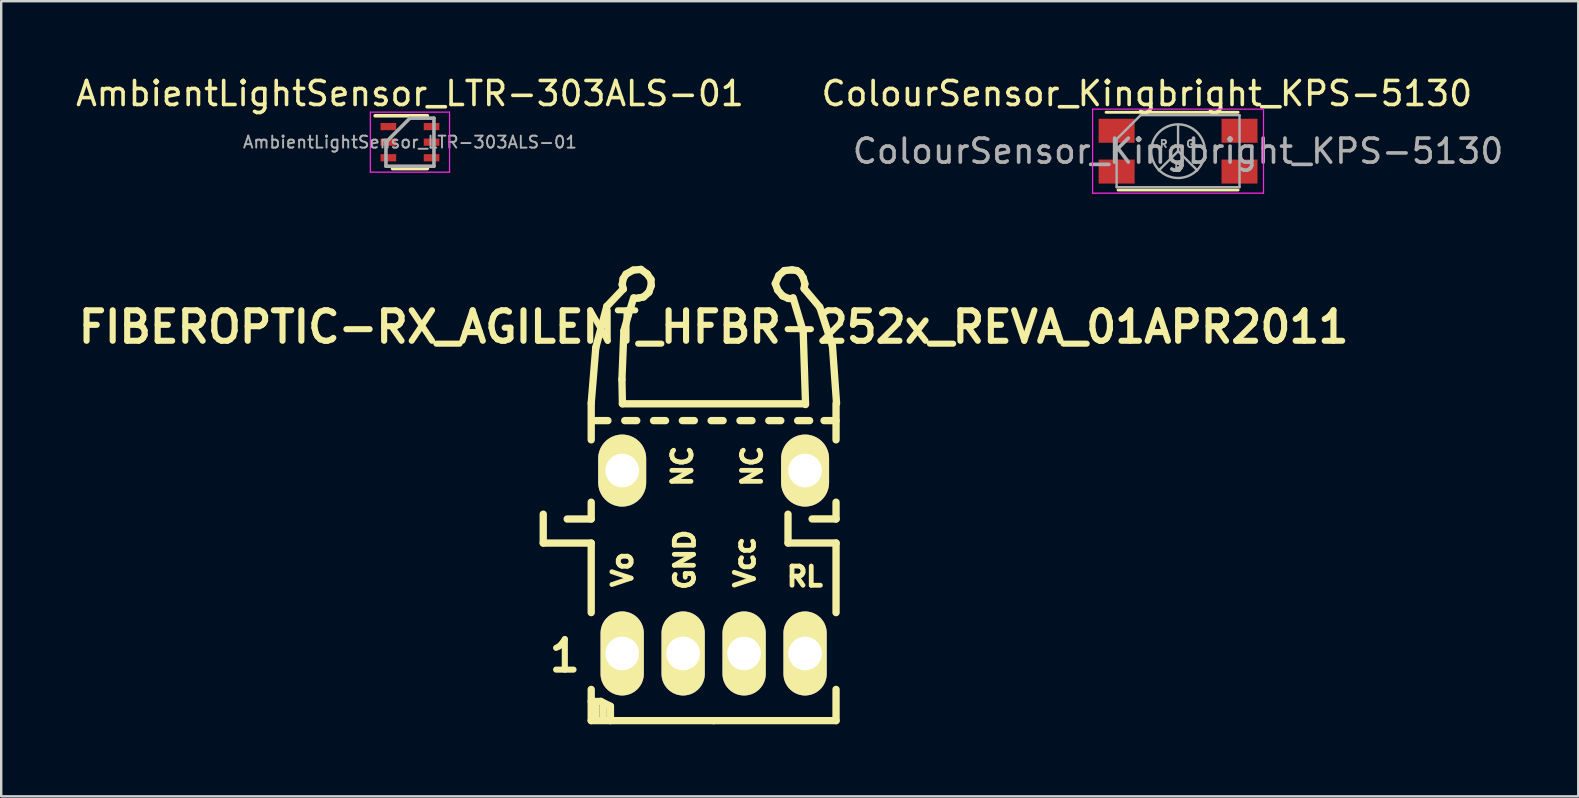
<source format=kicad_pcb>
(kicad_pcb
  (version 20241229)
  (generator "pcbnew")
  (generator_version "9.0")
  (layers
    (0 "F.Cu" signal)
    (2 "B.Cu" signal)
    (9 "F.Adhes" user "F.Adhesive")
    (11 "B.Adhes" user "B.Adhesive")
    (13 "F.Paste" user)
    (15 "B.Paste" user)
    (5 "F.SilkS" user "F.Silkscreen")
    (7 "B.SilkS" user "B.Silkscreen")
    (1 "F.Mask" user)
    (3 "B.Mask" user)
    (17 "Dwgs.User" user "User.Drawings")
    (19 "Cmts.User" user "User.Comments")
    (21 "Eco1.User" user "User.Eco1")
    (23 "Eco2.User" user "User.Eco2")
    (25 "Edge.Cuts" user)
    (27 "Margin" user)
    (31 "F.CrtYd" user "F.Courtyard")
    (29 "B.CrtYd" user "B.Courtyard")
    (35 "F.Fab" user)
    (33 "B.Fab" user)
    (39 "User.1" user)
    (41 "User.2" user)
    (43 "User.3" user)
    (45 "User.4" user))
  (footprint "AmbientLightSensor_LTR-303ALS-01"
    (layer "F.Cu")
    (at 14.03 2.873)
    (property "Reference" "AmbientLightSensor_LTR-303ALS-01" (at 0 -2.025 0) (layer "F.SilkS") (effects (font (size 1 1) (thickness 0.15))))
    (attr smd)
    (fp_line (start -1.45 -1.1) (end 0.725 -1.1) (stroke (width 0.15) (type solid)) (layer "F.SilkS"))
    (fp_line (start -0.725 1.1) (end 0.725 1.1) (stroke (width 0.15) (type solid)) (layer "F.SilkS"))
    (fp_line (start -1.65 -1.25) (end -1.65 1.25) (stroke (width 0.05) (type solid)) (layer "F.CrtYd"))
    (fp_line (start -1.65 1.25) (end 1.65 1.25) (stroke (width 0.05) (type solid)) (layer "F.CrtYd"))
    (fp_line (start 1.65 -1.25) (end -1.65 -1.25) (stroke (width 0.05) (type solid)) (layer "F.CrtYd"))
    (fp_line (start 1.65 1.25) (end 1.65 -1.25) (stroke (width 0.05) (type solid)) (layer "F.CrtYd"))
    (fp_line (start -1 0) (end 0 -1) (stroke (width 0.15) (type solid)) (layer "F.Fab"))
    (fp_line (start -1 1) (end -1 0) (stroke (width 0.15) (type solid)) (layer "F.Fab"))
    (fp_line (start 0 -1) (end 1 -1) (stroke (width 0.15) (type solid)) (layer "F.Fab"))
    (fp_line (start 1 -1) (end 1 1) (stroke (width 0.15) (type solid)) (layer "F.Fab"))
    (fp_line (start 1 1) (end -1 1) (stroke (width 0.15) (type solid)) (layer "F.Fab"))
    (fp_text user "${REFERENCE}" (at 0 0 0) (layer "F.Fab") (effects (font (size 0.5 0.5) (thickness 0.08))))
    (pad "1" smd rect (at -0.9 -0.65) (size 0.65 0.3) (layers "F.Cu" "F.Mask" "F.Paste"))
    (pad "2" smd rect (at -0.9 0) (size 0.65 0.3) (layers "F.Cu" "F.Mask" "F.Paste"))
    (pad "3" smd rect (at -0.9 0.65) (size 0.65 0.3) (layers "F.Cu" "F.Mask" "F.Paste"))
    (pad "4" smd rect (at 0.9 0.65) (size 0.65 0.3) (layers "F.Cu" "F.Mask" "F.Paste"))
    (pad "5" smd rect (at 0.9 0) (size 0.65 0.3) (layers "F.Cu" "F.Mask" "F.Paste"))
    (pad "6" smd rect (at 0.9 -0.65) (size 0.65 0.3) (layers "F.Cu" "F.Mask" "F.Paste")))
  (footprint "FIBEROPTIC-RX_AGILENT_HFBR-252x_REVA_01APR2011"
    (layer "F.Cu")
    (at 26.682 18.574)
    (property "Reference" "FIBEROPTIC-RX_AGILENT_HFBR-252x_REVA_01APR2011" (at 0 -8.001 0) (layer "F.SilkS") (effects (font (size 1.27 1.27) (thickness 0.254))))
    (attr through_hole)
    (fp_line (start -7.099 1.001) (end -7.099 -0.201) (stroke (width 0.305) (type solid)) (layer "F.SilkS"))
    (fp_line (start -6.101 0) (end -5.1 0) (stroke (width 0.305) (type solid)) (layer "F.SilkS"))
    (fp_line (start -5.1 -4.831) (end -4.91 -7.14) (stroke (width 0.305) (type solid)) (layer "F.SilkS"))
    (fp_line (start -5.1 -4.801) (end -5.1 -3.299) (stroke (width 0.305) (type solid)) (layer "F.SilkS"))
    (fp_line (start -5.1 0) (end -5.1 -0.701) (stroke (width 0.305) (type solid)) (layer "F.SilkS"))
    (fp_line (start -5.1 1.001) (end -7.099 1.001) (stroke (width 0.305) (type solid)) (layer "F.SilkS"))
    (fp_line (start -5.1 1.001) (end -5.1 3.899) (stroke (width 0.305) (type solid)) (layer "F.SilkS"))
    (fp_line (start -5.1 7.6) (end -4.699 7.6) (stroke (width 0.305) (type solid)) (layer "F.SilkS"))
    (fp_line (start -5.1 8.4) (end -5.1 7.099) (stroke (width 0.305) (type solid)) (layer "F.SilkS"))
    (fp_line (start -4.91 -7.14) (end -4.45 -8.86) (stroke (width 0.305) (type solid)) (layer "F.SilkS"))
    (fp_line (start -4.9 7.8) (end -4.9 8.301) (stroke (width 0.305) (type solid)) (layer "F.SilkS"))
    (fp_line (start -4.699 7.6) (end -4.3 7.8) (stroke (width 0.305) (type solid)) (layer "F.SilkS"))
    (fp_line (start -4.6 7.8) (end -4.6 8.199) (stroke (width 0.305) (type solid)) (layer "F.SilkS"))
    (fp_line (start -4.45 -8.86) (end -3.769 -9.581) (stroke (width 0.305) (type solid)) (layer "F.SilkS"))
    (fp_line (start -4.404 -4.1) (end -4.905 -4.1) (stroke (width 0.305) (type solid)) (layer "F.SilkS"))
    (fp_line (start -4.3 7.8) (end -4.3 8.4) (stroke (width 0.305) (type solid)) (layer "F.SilkS"))
    (fp_line (start -3.82 -5.819) (end -3.739 -7.841) (stroke (width 0.305) (type solid)) (layer "F.SilkS"))
    (fp_line (start -3.81 -9.769) (end -3.759 -9.581) (stroke (width 0.305) (type solid)) (layer "F.SilkS"))
    (fp_line (start -3.8 -4.801) (end -3.82 -5.819) (stroke (width 0.305) (type solid)) (layer "F.SilkS"))
    (fp_line (start -3.769 -10.01) (end -3.81 -9.769) (stroke (width 0.305) (type solid)) (layer "F.SilkS"))
    (fp_line (start -3.739 -7.841) (end -3.551 -8.509) (stroke (width 0.305) (type solid)) (layer "F.SilkS"))
    (fp_line (start -3.65 -10.201) (end -3.769 -10.01) (stroke (width 0.305) (type solid)) (layer "F.SilkS"))
    (fp_line (start -3.551 -8.509) (end -3.33 -9.22) (stroke (width 0.305) (type solid)) (layer "F.SilkS"))
    (fp_line (start -3.35 -10.371) (end -3.65 -10.201) (stroke (width 0.305) (type solid)) (layer "F.SilkS"))
    (fp_line (start -3.269 -9.19) (end -3.119 -9.21) (stroke (width 0.305) (type solid)) (layer "F.SilkS"))
    (fp_line (start -3.203 -4.1) (end -3.703 -4.1) (stroke (width 0.305) (type solid)) (layer "F.SilkS"))
    (fp_line (start -3.119 -9.21) (end -2.921 -9.251) (stroke (width 0.305) (type solid)) (layer "F.SilkS"))
    (fp_line (start -3.03 -10.399) (end -3.35 -10.371) (stroke (width 0.305) (type solid)) (layer "F.SilkS"))
    (fp_line (start -2.921 -9.251) (end -2.7 -9.449) (stroke (width 0.305) (type solid)) (layer "F.SilkS"))
    (fp_line (start -2.771 -10.211) (end -3.03 -10.399) (stroke (width 0.305) (type solid)) (layer "F.SilkS"))
    (fp_line (start -2.7 -9.449) (end -2.601 -9.721) (stroke (width 0.305) (type solid)) (layer "F.SilkS"))
    (fp_line (start -2.611 -9.98) (end -2.771 -10.211) (stroke (width 0.305) (type solid)) (layer "F.SilkS"))
    (fp_line (start -2.601 -9.721) (end -2.611 -9.98) (stroke (width 0.305) (type solid)) (layer "F.SilkS"))
    (fp_line (start -2.004 -4.1) (end -2.504 -4.1) (stroke (width 0.305) (type solid)) (layer "F.SilkS"))
    (fp_line (start -0.803 -4.1) (end -1.303 -4.1) (stroke (width 0.305) (type solid)) (layer "F.SilkS"))
    (fp_line (start 0 8.4) (end -5.1 8.4) (stroke (width 0.305) (type solid)) (layer "F.SilkS"))
    (fp_line (start 0 8.4) (end 5.1 8.4) (stroke (width 0.305) (type solid)) (layer "F.SilkS"))
    (fp_line (start 0.396 -4.1) (end -0.104 -4.1) (stroke (width 0.305) (type solid)) (layer "F.SilkS"))
    (fp_line (start 1.598 -4.1) (end 1.097 -4.1) (stroke (width 0.305) (type solid)) (layer "F.SilkS"))
    (fp_line (start 2.57 -9.809) (end 2.67 -9.54) (stroke (width 0.305) (type solid)) (layer "F.SilkS"))
    (fp_line (start 2.67 -9.54) (end 2.87 -9.299) (stroke (width 0.305) (type solid)) (layer "F.SilkS"))
    (fp_line (start 2.72 -10.15) (end 2.57 -9.809) (stroke (width 0.305) (type solid)) (layer "F.SilkS"))
    (fp_line (start 2.799 -4.1) (end 2.299 -4.1) (stroke (width 0.305) (type solid)) (layer "F.SilkS"))
    (fp_line (start 2.87 -9.299) (end 3.109 -9.19) (stroke (width 0.305) (type solid)) (layer "F.SilkS"))
    (fp_line (start 2.949 -10.351) (end 2.72 -10.15) (stroke (width 0.305) (type solid)) (layer "F.SilkS"))
    (fp_line (start 3.099 1.001) (end 3.099 -0.201) (stroke (width 0.305) (type solid)) (layer "F.SilkS"))
    (fp_line (start 3.109 -9.19) (end 3.269 -9.18) (stroke (width 0.305) (type solid)) (layer "F.SilkS"))
    (fp_line (start 3.269 -10.381) (end 2.949 -10.351) (stroke (width 0.305) (type solid)) (layer "F.SilkS"))
    (fp_line (start 3.47 -10.351) (end 3.269 -10.381) (stroke (width 0.305) (type solid)) (layer "F.SilkS"))
    (fp_line (start 3.609 -10.249) (end 3.47 -10.351) (stroke (width 0.305) (type solid)) (layer "F.SilkS"))
    (fp_line (start 3.731 -10.051) (end 3.609 -10.249) (stroke (width 0.305) (type solid)) (layer "F.SilkS"))
    (fp_line (start 3.731 -7.821) (end 3.31 -9.22) (stroke (width 0.305) (type solid)) (layer "F.SilkS"))
    (fp_line (start 3.769 -9.601) (end 3.8 -9.799) (stroke (width 0.305) (type solid)) (layer "F.SilkS"))
    (fp_line (start 3.8 -9.799) (end 3.731 -10.051) (stroke (width 0.305) (type solid)) (layer "F.SilkS"))
    (fp_line (start 3.8 -4.801) (end -3.8 -4.801) (stroke (width 0.305) (type solid)) (layer "F.SilkS"))
    (fp_line (start 3.83 -4.77) (end 3.731 -7.821) (stroke (width 0.305) (type solid)) (layer "F.SilkS"))
    (fp_line (start 4 -4.1) (end 3.5 -4.1) (stroke (width 0.305) (type solid)) (layer "F.SilkS"))
    (fp_line (start 4.102 -0.003) (end 5.103 -0.003) (stroke (width 0.305) (type solid)) (layer "F.SilkS"))
    (fp_line (start 4.42 -8.829) (end 3.769 -9.601) (stroke (width 0.305) (type solid)) (layer "F.SilkS"))
    (fp_line (start 4.95 -7.211) (end 4.42 -8.829) (stroke (width 0.305) (type solid)) (layer "F.SilkS"))
    (fp_line (start 5.1 -4.1) (end 4.6 -4.1) (stroke (width 0.305) (type solid)) (layer "F.SilkS"))
    (fp_line (start 5.1 -3.299) (end 5.1 -4.801) (stroke (width 0.305) (type solid)) (layer "F.SilkS"))
    (fp_line (start 5.1 0) (end 5.1 -0.701) (stroke (width 0.305) (type solid)) (layer "F.SilkS"))
    (fp_line (start 5.1 3.899) (end 5.1 1.001) (stroke (width 0.305) (type solid)) (layer "F.SilkS"))
    (fp_line (start 5.1 8.4) (end 5.1 7.099) (stroke (width 0.305) (type solid)) (layer "F.SilkS"))
    (fp_line (start 5.103 0.998) (end 3.104 0.998) (stroke (width 0.305) (type solid)) (layer "F.SilkS"))
    (fp_line (start 5.121 -4.821) (end 4.95 -7.211) (stroke (width 0.305) (type solid)) (layer "F.SilkS"))
    (fp_text user "RL" (at 3.8 2.4 0) (layer "F.SilkS") (effects (font (size 0.8 0.8) (thickness 0.201))))
    (fp_text user "1" (at -6.2 5.7 0) (layer "F.SilkS") (effects (font (size 1.27 1.27) (thickness 0.254))))
    (fp_text user "Vo" (at -3.8 2.101 90) (layer "F.SilkS") (effects (font (size 0.8 0.8) (thickness 0.201))))
    (fp_text user "GND" (at -1.199 1.699 90) (layer "F.SilkS") (effects (font (size 0.8 0.8) (thickness 0.201))))
    (fp_text user "Vcc" (at 1.3 1.801 90) (layer "F.SilkS") (effects (font (size 0.8 0.8) (thickness 0.201))))
    (fp_text user "NC" (at 1.6 -2.2 90) (layer "F.SilkS") (effects (font (size 0.8 0.8) (thickness 0.201))))
    (fp_text user "NC" (at -1.303 -2.2 90) (layer "F.SilkS") (effects (font (size 0.8 0.8) (thickness 0.201))))
    (pad "1" thru_hole oval (at -3.81 5.601) (size 1.801 3.5) (drill 1.4) (layers "*.Cu" "*.Mask" "F.SilkS"))
    (pad "2" thru_hole oval (at -1.27 5.601) (size 1.801 3.5) (drill 1.4) (layers "*.Cu" "*.Mask" "F.SilkS"))
    (pad "3" thru_hole oval (at 1.27 5.601) (size 1.801 3.5) (drill 1.4) (layers "*.Cu" "*.Mask" "F.SilkS"))
    (pad "4" thru_hole oval (at 3.81 5.601) (size 1.801 3.5) (drill 1.4) (layers "*.Cu" "*.Mask" "F.SilkS"))
    (pad "5" thru_hole oval (at 3.81 -2.019) (size 1.999 3) (drill 1.4) (layers "*.Cu" "*.Mask" "F.SilkS"))
    (pad "6" thru_hole oval (at -3.81 -2.019) (size 1.999 3) (drill 1.4) (layers "*.Cu" "*.Mask" "F.SilkS")))
  (footprint "ColourSensor_Kingbright_KPS-5130"
    (layer "F.Cu")
    (at 46.032 3.248)
    (property "Reference" "ColourSensor_Kingbright_KPS-5130" (at -1.3 -2.4 0) (layer "F.SilkS") (effects (font (size 1 1) (thickness 0.15))))
    (attr smd)
    (fp_line (start -3 -1.62) (end 2.5 -1.62) (stroke (width 0.12) (type solid)) (layer "F.SilkS"))
    (fp_line (start 2.5 1.62) (end -2.5 1.62) (stroke (width 0.12) (type solid)) (layer "F.SilkS"))
    (fp_line (start -3.56 -1.75) (end -3.56 1.75) (stroke (width 0.05) (type solid)) (layer "F.CrtYd"))
    (fp_line (start -3.56 -1.75) (end 3.56 -1.75) (stroke (width 0.05) (type solid)) (layer "F.CrtYd"))
    (fp_line (start 3.56 1.75) (end -3.56 1.75) (stroke (width 0.05) (type solid)) (layer "F.CrtYd"))
    (fp_line (start 3.56 1.75) (end 3.56 -1.75) (stroke (width 0.05) (type solid)) (layer "F.CrtYd"))
    (fp_line (start -2.56 -0.5) (end -2.56 1.5) (stroke (width 0.1) (type solid)) (layer "F.Fab"))
    (fp_line (start -2.56 -0.5) (end -1.56 -1.5) (stroke (width 0.1) (type solid)) (layer "F.Fab"))
    (fp_line (start -2.56 1.5) (end 2.56 1.5) (stroke (width 0.1) (type solid)) (layer "F.Fab"))
    (fp_line (start 0 0) (end -0.8 0.8) (stroke (width 0.1) (type solid)) (layer "F.Fab"))
    (fp_line (start 0 0) (end 0 -1.1) (stroke (width 0.1) (type solid)) (layer "F.Fab"))
    (fp_line (start 0 0) (end 0.8 0.8) (stroke (width 0.1) (type solid)) (layer "F.Fab"))
    (fp_line (start 2.56 -1.5) (end -1.56 -1.5) (stroke (width 0.1) (type solid)) (layer "F.Fab"))
    (fp_line (start 2.56 1.5) (end 2.56 -1.5) (stroke (width 0.1) (type solid)) (layer "F.Fab"))
    (fp_circle (center 0 0) (end 1 0.5) (stroke (width 0.1) (type solid)) (fill no) (layer "F.Fab"))
    (fp_text user "${REFERENCE}" (at 0 0 0) (layer "F.Fab") (effects (font (size 1 1) (thickness 0.15))))
    (fp_text user "R" (at -0.6 -0.3 0) (layer "F.Fab") (effects (font (size 0.3 0.3) (thickness 0.07))))
    (fp_text user "B" (at 0 0.7 0) (layer "F.Fab") (effects (font (size 0.3 0.3) (thickness 0.07))))
    (fp_text user "G" (at 0.5 -0.3 0) (layer "F.Fab") (effects (font (size 0.3 0.3) (thickness 0.07))))
    (pad "1" smd rect (at -2.56 -0.85) (size 1.5 1) (layers "F.Cu" "F.Mask" "F.Paste"))
    (pad "2" smd rect (at 2.56 -0.85) (size 1.5 1) (layers "F.Cu" "F.Mask" "F.Paste"))
    (pad "3" smd rect (at -2.56 0.85) (size 1.5 1) (layers "F.Cu" "F.Mask" "F.Paste"))
    (pad "4" smd rect (at 2.56 0.85) (size 1.5 1) (layers "F.Cu" "F.Mask" "F.Paste")))
  (gr_rect
    (start -3 -3)
    (end 62.705 30.127)
    (stroke (width 0.1) (type default))
    (fill no)
    (layer "Edge.Cuts")))
</source>
